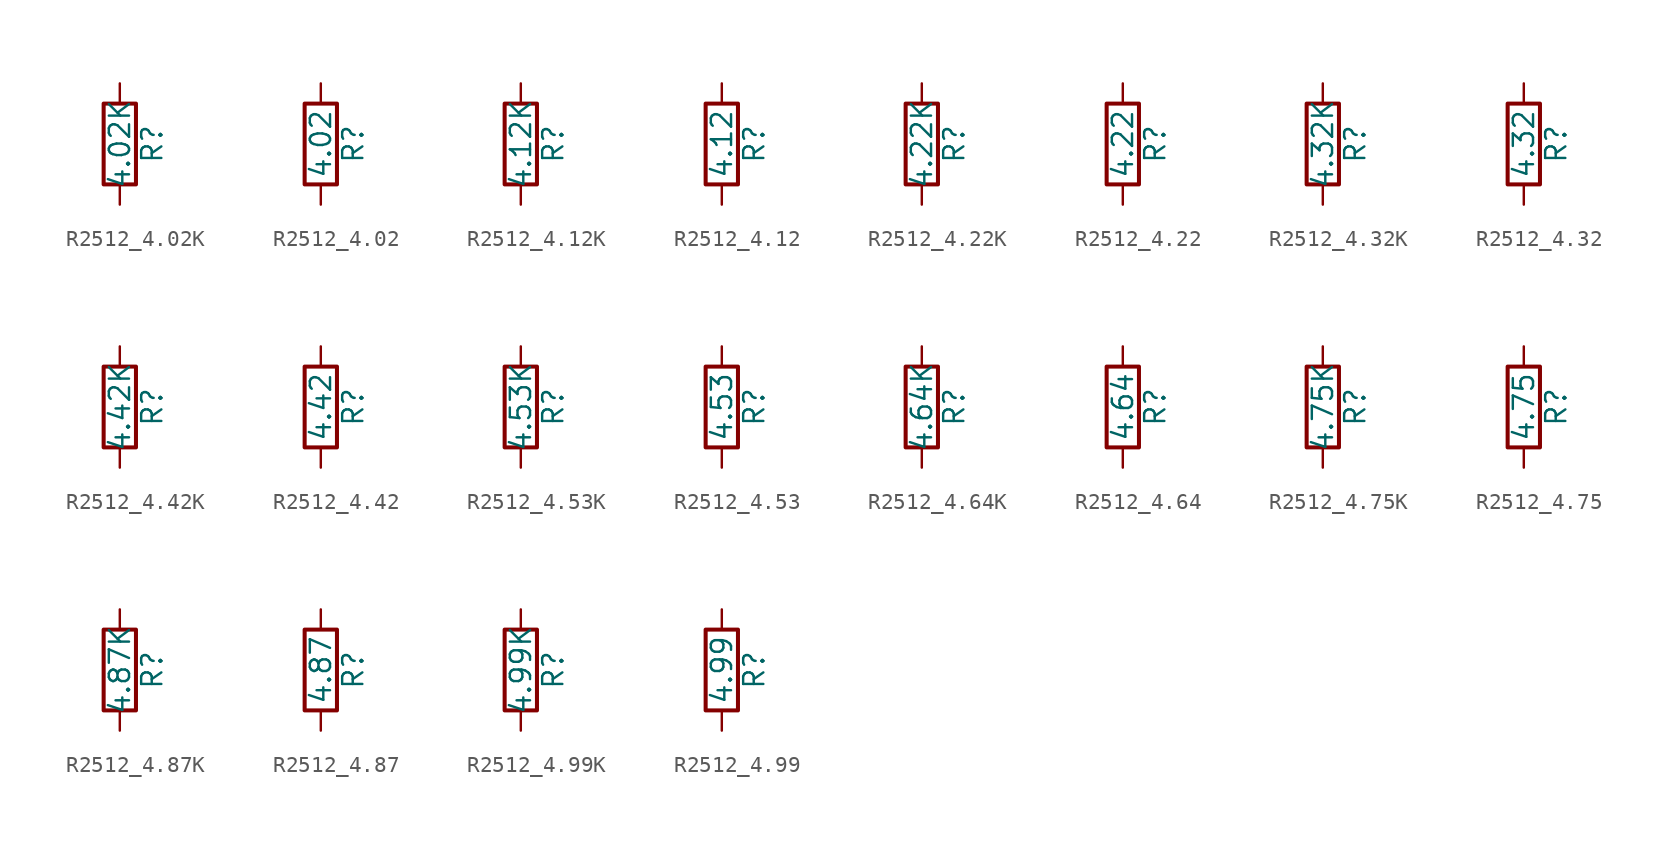
<source format=kicad_sym>
(kicad_symbol_lib
  (version 20211014)
  (generator atlantix-eda)
  (symbol "R2512_4.02K"
    (pin_numbers hide)
    (pin_names
      (offset 0))
    (property "Reference" "R"
      (at 2.032 0 90)
      (effects (font (size 1.27 1.27))))
    (property "Value" "4.02K"
      (at 0 0 90)
      (effects (font (size 1.27 1.27))))
    (symbol "R2512_4.02K_0_1"
      (rectangle (start -1.016 -2.54) (end 1.016 2.54) (stroke (width 0.254) (type default) (color 0 0 0 0)) (fill (type none))))
    (symbol "R2512_4.02K_1_1"
      (pin passive line (at 0 3.81 270) (length 1.27) (name "~" (effects (font (size 1.27 1.27)))) (number "1" (effects (font (size 1.27 1.27)))))
      (pin passive line (at 0 -3.81 90) (length 1.27) (name "~" (effects (font (size 1.27 1.27)))) (number "2" (effects (font (size 1.27 1.27)))))))
  (symbol "R2512_4.02"
    (pin_numbers hide)
    (pin_names
      (offset 0))
    (property "Reference" "R"
      (at 2.032 0 90)
      (effects (font (size 1.27 1.27))))
    (property "Value" "4.02"
      (at 0 0 90)
      (effects (font (size 1.27 1.27))))
    (symbol "R2512_4.02_0_1"
      (rectangle (start -1.016 -2.54) (end 1.016 2.54) (stroke (width 0.254) (type default) (color 0 0 0 0)) (fill (type none))))
    (symbol "R2512_4.02_1_1"
      (pin passive line (at 0 3.81 270) (length 1.27) (name "~" (effects (font (size 1.27 1.27)))) (number "1" (effects (font (size 1.27 1.27)))))
      (pin passive line (at 0 -3.81 90) (length 1.27) (name "~" (effects (font (size 1.27 1.27)))) (number "2" (effects (font (size 1.27 1.27)))))))
  (symbol "R2512_4.12K"
    (pin_numbers hide)
    (pin_names
      (offset 0))
    (property "Reference" "R"
      (at 2.032 0 90)
      (effects (font (size 1.27 1.27))))
    (property "Value" "4.12K"
      (at 0 0 90)
      (effects (font (size 1.27 1.27))))
    (symbol "R2512_4.12K_0_1"
      (rectangle (start -1.016 -2.54) (end 1.016 2.54) (stroke (width 0.254) (type default) (color 0 0 0 0)) (fill (type none))))
    (symbol "R2512_4.12K_1_1"
      (pin passive line (at 0 3.81 270) (length 1.27) (name "~" (effects (font (size 1.27 1.27)))) (number "1" (effects (font (size 1.27 1.27)))))
      (pin passive line (at 0 -3.81 90) (length 1.27) (name "~" (effects (font (size 1.27 1.27)))) (number "2" (effects (font (size 1.27 1.27)))))))
  (symbol "R2512_4.12"
    (pin_numbers hide)
    (pin_names
      (offset 0))
    (property "Reference" "R"
      (at 2.032 0 90)
      (effects (font (size 1.27 1.27))))
    (property "Value" "4.12"
      (at 0 0 90)
      (effects (font (size 1.27 1.27))))
    (symbol "R2512_4.12_0_1"
      (rectangle (start -1.016 -2.54) (end 1.016 2.54) (stroke (width 0.254) (type default) (color 0 0 0 0)) (fill (type none))))
    (symbol "R2512_4.12_1_1"
      (pin passive line (at 0 3.81 270) (length 1.27) (name "~" (effects (font (size 1.27 1.27)))) (number "1" (effects (font (size 1.27 1.27)))))
      (pin passive line (at 0 -3.81 90) (length 1.27) (name "~" (effects (font (size 1.27 1.27)))) (number "2" (effects (font (size 1.27 1.27)))))))
  (symbol "R2512_4.22K"
    (pin_numbers hide)
    (pin_names
      (offset 0))
    (property "Reference" "R"
      (at 2.032 0 90)
      (effects (font (size 1.27 1.27))))
    (property "Value" "4.22K"
      (at 0 0 90)
      (effects (font (size 1.27 1.27))))
    (symbol "R2512_4.22K_0_1"
      (rectangle (start -1.016 -2.54) (end 1.016 2.54) (stroke (width 0.254) (type default) (color 0 0 0 0)) (fill (type none))))
    (symbol "R2512_4.22K_1_1"
      (pin passive line (at 0 3.81 270) (length 1.27) (name "~" (effects (font (size 1.27 1.27)))) (number "1" (effects (font (size 1.27 1.27)))))
      (pin passive line (at 0 -3.81 90) (length 1.27) (name "~" (effects (font (size 1.27 1.27)))) (number "2" (effects (font (size 1.27 1.27)))))))
  (symbol "R2512_4.22"
    (pin_numbers hide)
    (pin_names
      (offset 0))
    (property "Reference" "R"
      (at 2.032 0 90)
      (effects (font (size 1.27 1.27))))
    (property "Value" "4.22"
      (at 0 0 90)
      (effects (font (size 1.27 1.27))))
    (symbol "R2512_4.22_0_1"
      (rectangle (start -1.016 -2.54) (end 1.016 2.54) (stroke (width 0.254) (type default) (color 0 0 0 0)) (fill (type none))))
    (symbol "R2512_4.22_1_1"
      (pin passive line (at 0 3.81 270) (length 1.27) (name "~" (effects (font (size 1.27 1.27)))) (number "1" (effects (font (size 1.27 1.27)))))
      (pin passive line (at 0 -3.81 90) (length 1.27) (name "~" (effects (font (size 1.27 1.27)))) (number "2" (effects (font (size 1.27 1.27)))))))
  (symbol "R2512_4.32K"
    (pin_numbers hide)
    (pin_names
      (offset 0))
    (property "Reference" "R"
      (at 2.032 0 90)
      (effects (font (size 1.27 1.27))))
    (property "Value" "4.32K"
      (at 0 0 90)
      (effects (font (size 1.27 1.27))))
    (symbol "R2512_4.32K_0_1"
      (rectangle (start -1.016 -2.54) (end 1.016 2.54) (stroke (width 0.254) (type default) (color 0 0 0 0)) (fill (type none))))
    (symbol "R2512_4.32K_1_1"
      (pin passive line (at 0 3.81 270) (length 1.27) (name "~" (effects (font (size 1.27 1.27)))) (number "1" (effects (font (size 1.27 1.27)))))
      (pin passive line (at 0 -3.81 90) (length 1.27) (name "~" (effects (font (size 1.27 1.27)))) (number "2" (effects (font (size 1.27 1.27)))))))
  (symbol "R2512_4.32"
    (pin_numbers hide)
    (pin_names
      (offset 0))
    (property "Reference" "R"
      (at 2.032 0 90)
      (effects (font (size 1.27 1.27))))
    (property "Value" "4.32"
      (at 0 0 90)
      (effects (font (size 1.27 1.27))))
    (symbol "R2512_4.32_0_1"
      (rectangle (start -1.016 -2.54) (end 1.016 2.54) (stroke (width 0.254) (type default) (color 0 0 0 0)) (fill (type none))))
    (symbol "R2512_4.32_1_1"
      (pin passive line (at 0 3.81 270) (length 1.27) (name "~" (effects (font (size 1.27 1.27)))) (number "1" (effects (font (size 1.27 1.27)))))
      (pin passive line (at 0 -3.81 90) (length 1.27) (name "~" (effects (font (size 1.27 1.27)))) (number "2" (effects (font (size 1.27 1.27)))))))
  (symbol "R2512_4.42K"
    (pin_numbers hide)
    (pin_names
      (offset 0))
    (property "Reference" "R"
      (at 2.032 0 90)
      (effects (font (size 1.27 1.27))))
    (property "Value" "4.42K"
      (at 0 0 90)
      (effects (font (size 1.27 1.27))))
    (symbol "R2512_4.42K_0_1"
      (rectangle (start -1.016 -2.54) (end 1.016 2.54) (stroke (width 0.254) (type default) (color 0 0 0 0)) (fill (type none))))
    (symbol "R2512_4.42K_1_1"
      (pin passive line (at 0 3.81 270) (length 1.27) (name "~" (effects (font (size 1.27 1.27)))) (number "1" (effects (font (size 1.27 1.27)))))
      (pin passive line (at 0 -3.81 90) (length 1.27) (name "~" (effects (font (size 1.27 1.27)))) (number "2" (effects (font (size 1.27 1.27)))))))
  (symbol "R2512_4.42"
    (pin_numbers hide)
    (pin_names
      (offset 0))
    (property "Reference" "R"
      (at 2.032 0 90)
      (effects (font (size 1.27 1.27))))
    (property "Value" "4.42"
      (at 0 0 90)
      (effects (font (size 1.27 1.27))))
    (symbol "R2512_4.42_0_1"
      (rectangle (start -1.016 -2.54) (end 1.016 2.54) (stroke (width 0.254) (type default) (color 0 0 0 0)) (fill (type none))))
    (symbol "R2512_4.42_1_1"
      (pin passive line (at 0 3.81 270) (length 1.27) (name "~" (effects (font (size 1.27 1.27)))) (number "1" (effects (font (size 1.27 1.27)))))
      (pin passive line (at 0 -3.81 90) (length 1.27) (name "~" (effects (font (size 1.27 1.27)))) (number "2" (effects (font (size 1.27 1.27)))))))
  (symbol "R2512_4.53K"
    (pin_numbers hide)
    (pin_names
      (offset 0))
    (property "Reference" "R"
      (at 2.032 0 90)
      (effects (font (size 1.27 1.27))))
    (property "Value" "4.53K"
      (at 0 0 90)
      (effects (font (size 1.27 1.27))))
    (symbol "R2512_4.53K_0_1"
      (rectangle (start -1.016 -2.54) (end 1.016 2.54) (stroke (width 0.254) (type default) (color 0 0 0 0)) (fill (type none))))
    (symbol "R2512_4.53K_1_1"
      (pin passive line (at 0 3.81 270) (length 1.27) (name "~" (effects (font (size 1.27 1.27)))) (number "1" (effects (font (size 1.27 1.27)))))
      (pin passive line (at 0 -3.81 90) (length 1.27) (name "~" (effects (font (size 1.27 1.27)))) (number "2" (effects (font (size 1.27 1.27)))))))
  (symbol "R2512_4.53"
    (pin_numbers hide)
    (pin_names
      (offset 0))
    (property "Reference" "R"
      (at 2.032 0 90)
      (effects (font (size 1.27 1.27))))
    (property "Value" "4.53"
      (at 0 0 90)
      (effects (font (size 1.27 1.27))))
    (symbol "R2512_4.53_0_1"
      (rectangle (start -1.016 -2.54) (end 1.016 2.54) (stroke (width 0.254) (type default) (color 0 0 0 0)) (fill (type none))))
    (symbol "R2512_4.53_1_1"
      (pin passive line (at 0 3.81 270) (length 1.27) (name "~" (effects (font (size 1.27 1.27)))) (number "1" (effects (font (size 1.27 1.27)))))
      (pin passive line (at 0 -3.81 90) (length 1.27) (name "~" (effects (font (size 1.27 1.27)))) (number "2" (effects (font (size 1.27 1.27)))))))
  (symbol "R2512_4.64K"
    (pin_numbers hide)
    (pin_names
      (offset 0))
    (property "Reference" "R"
      (at 2.032 0 90)
      (effects (font (size 1.27 1.27))))
    (property "Value" "4.64K"
      (at 0 0 90)
      (effects (font (size 1.27 1.27))))
    (symbol "R2512_4.64K_0_1"
      (rectangle (start -1.016 -2.54) (end 1.016 2.54) (stroke (width 0.254) (type default) (color 0 0 0 0)) (fill (type none))))
    (symbol "R2512_4.64K_1_1"
      (pin passive line (at 0 3.81 270) (length 1.27) (name "~" (effects (font (size 1.27 1.27)))) (number "1" (effects (font (size 1.27 1.27)))))
      (pin passive line (at 0 -3.81 90) (length 1.27) (name "~" (effects (font (size 1.27 1.27)))) (number "2" (effects (font (size 1.27 1.27)))))))
  (symbol "R2512_4.64"
    (pin_numbers hide)
    (pin_names
      (offset 0))
    (property "Reference" "R"
      (at 2.032 0 90)
      (effects (font (size 1.27 1.27))))
    (property "Value" "4.64"
      (at 0 0 90)
      (effects (font (size 1.27 1.27))))
    (symbol "R2512_4.64_0_1"
      (rectangle (start -1.016 -2.54) (end 1.016 2.54) (stroke (width 0.254) (type default) (color 0 0 0 0)) (fill (type none))))
    (symbol "R2512_4.64_1_1"
      (pin passive line (at 0 3.81 270) (length 1.27) (name "~" (effects (font (size 1.27 1.27)))) (number "1" (effects (font (size 1.27 1.27)))))
      (pin passive line (at 0 -3.81 90) (length 1.27) (name "~" (effects (font (size 1.27 1.27)))) (number "2" (effects (font (size 1.27 1.27)))))))
  (symbol "R2512_4.75K"
    (pin_numbers hide)
    (pin_names
      (offset 0))
    (property "Reference" "R"
      (at 2.032 0 90)
      (effects (font (size 1.27 1.27))))
    (property "Value" "4.75K"
      (at 0 0 90)
      (effects (font (size 1.27 1.27))))
    (symbol "R2512_4.75K_0_1"
      (rectangle (start -1.016 -2.54) (end 1.016 2.54) (stroke (width 0.254) (type default) (color 0 0 0 0)) (fill (type none))))
    (symbol "R2512_4.75K_1_1"
      (pin passive line (at 0 3.81 270) (length 1.27) (name "~" (effects (font (size 1.27 1.27)))) (number "1" (effects (font (size 1.27 1.27)))))
      (pin passive line (at 0 -3.81 90) (length 1.27) (name "~" (effects (font (size 1.27 1.27)))) (number "2" (effects (font (size 1.27 1.27)))))))
  (symbol "R2512_4.75"
    (pin_numbers hide)
    (pin_names
      (offset 0))
    (property "Reference" "R"
      (at 2.032 0 90)
      (effects (font (size 1.27 1.27))))
    (property "Value" "4.75"
      (at 0 0 90)
      (effects (font (size 1.27 1.27))))
    (symbol "R2512_4.75_0_1"
      (rectangle (start -1.016 -2.54) (end 1.016 2.54) (stroke (width 0.254) (type default) (color 0 0 0 0)) (fill (type none))))
    (symbol "R2512_4.75_1_1"
      (pin passive line (at 0 3.81 270) (length 1.27) (name "~" (effects (font (size 1.27 1.27)))) (number "1" (effects (font (size 1.27 1.27)))))
      (pin passive line (at 0 -3.81 90) (length 1.27) (name "~" (effects (font (size 1.27 1.27)))) (number "2" (effects (font (size 1.27 1.27)))))))
  (symbol "R2512_4.87K"
    (pin_numbers hide)
    (pin_names
      (offset 0))
    (property "Reference" "R"
      (at 2.032 0 90)
      (effects (font (size 1.27 1.27))))
    (property "Value" "4.87K"
      (at 0 0 90)
      (effects (font (size 1.27 1.27))))
    (symbol "R2512_4.87K_0_1"
      (rectangle (start -1.016 -2.54) (end 1.016 2.54) (stroke (width 0.254) (type default) (color 0 0 0 0)) (fill (type none))))
    (symbol "R2512_4.87K_1_1"
      (pin passive line (at 0 3.81 270) (length 1.27) (name "~" (effects (font (size 1.27 1.27)))) (number "1" (effects (font (size 1.27 1.27)))))
      (pin passive line (at 0 -3.81 90) (length 1.27) (name "~" (effects (font (size 1.27 1.27)))) (number "2" (effects (font (size 1.27 1.27)))))))
  (symbol "R2512_4.87"
    (pin_numbers hide)
    (pin_names
      (offset 0))
    (property "Reference" "R"
      (at 2.032 0 90)
      (effects (font (size 1.27 1.27))))
    (property "Value" "4.87"
      (at 0 0 90)
      (effects (font (size 1.27 1.27))))
    (symbol "R2512_4.87_0_1"
      (rectangle (start -1.016 -2.54) (end 1.016 2.54) (stroke (width 0.254) (type default) (color 0 0 0 0)) (fill (type none))))
    (symbol "R2512_4.87_1_1"
      (pin passive line (at 0 3.81 270) (length 1.27) (name "~" (effects (font (size 1.27 1.27)))) (number "1" (effects (font (size 1.27 1.27)))))
      (pin passive line (at 0 -3.81 90) (length 1.27) (name "~" (effects (font (size 1.27 1.27)))) (number "2" (effects (font (size 1.27 1.27)))))))
  (symbol "R2512_4.99K"
    (pin_numbers hide)
    (pin_names
      (offset 0))
    (property "Reference" "R"
      (at 2.032 0 90)
      (effects (font (size 1.27 1.27))))
    (property "Value" "4.99K"
      (at 0 0 90)
      (effects (font (size 1.27 1.27))))
    (symbol "R2512_4.99K_0_1"
      (rectangle (start -1.016 -2.54) (end 1.016 2.54) (stroke (width 0.254) (type default) (color 0 0 0 0)) (fill (type none))))
    (symbol "R2512_4.99K_1_1"
      (pin passive line (at 0 3.81 270) (length 1.27) (name "~" (effects (font (size 1.27 1.27)))) (number "1" (effects (font (size 1.27 1.27)))))
      (pin passive line (at 0 -3.81 90) (length 1.27) (name "~" (effects (font (size 1.27 1.27)))) (number "2" (effects (font (size 1.27 1.27)))))))
  (symbol "R2512_4.99"
    (pin_numbers hide)
    (pin_names
      (offset 0))
    (property "Reference" "R"
      (at 2.032 0 90)
      (effects (font (size 1.27 1.27))))
    (property "Value" "4.99"
      (at 0 0 90)
      (effects (font (size 1.27 1.27))))
    (symbol "R2512_4.99_0_1"
      (rectangle (start -1.016 -2.54) (end 1.016 2.54) (stroke (width 0.254) (type default) (color 0 0 0 0)) (fill (type none))))
    (symbol "R2512_4.99_1_1"
      (pin passive line (at 0 3.81 270) (length 1.27) (name "~" (effects (font (size 1.27 1.27)))) (number "1" (effects (font (size 1.27 1.27)))))
      (pin passive line (at 0 -3.81 90) (length 1.27) (name "~" (effects (font (size 1.27 1.27)))) (number "2" (effects (font (size 1.27 1.27))))))))
</source>
